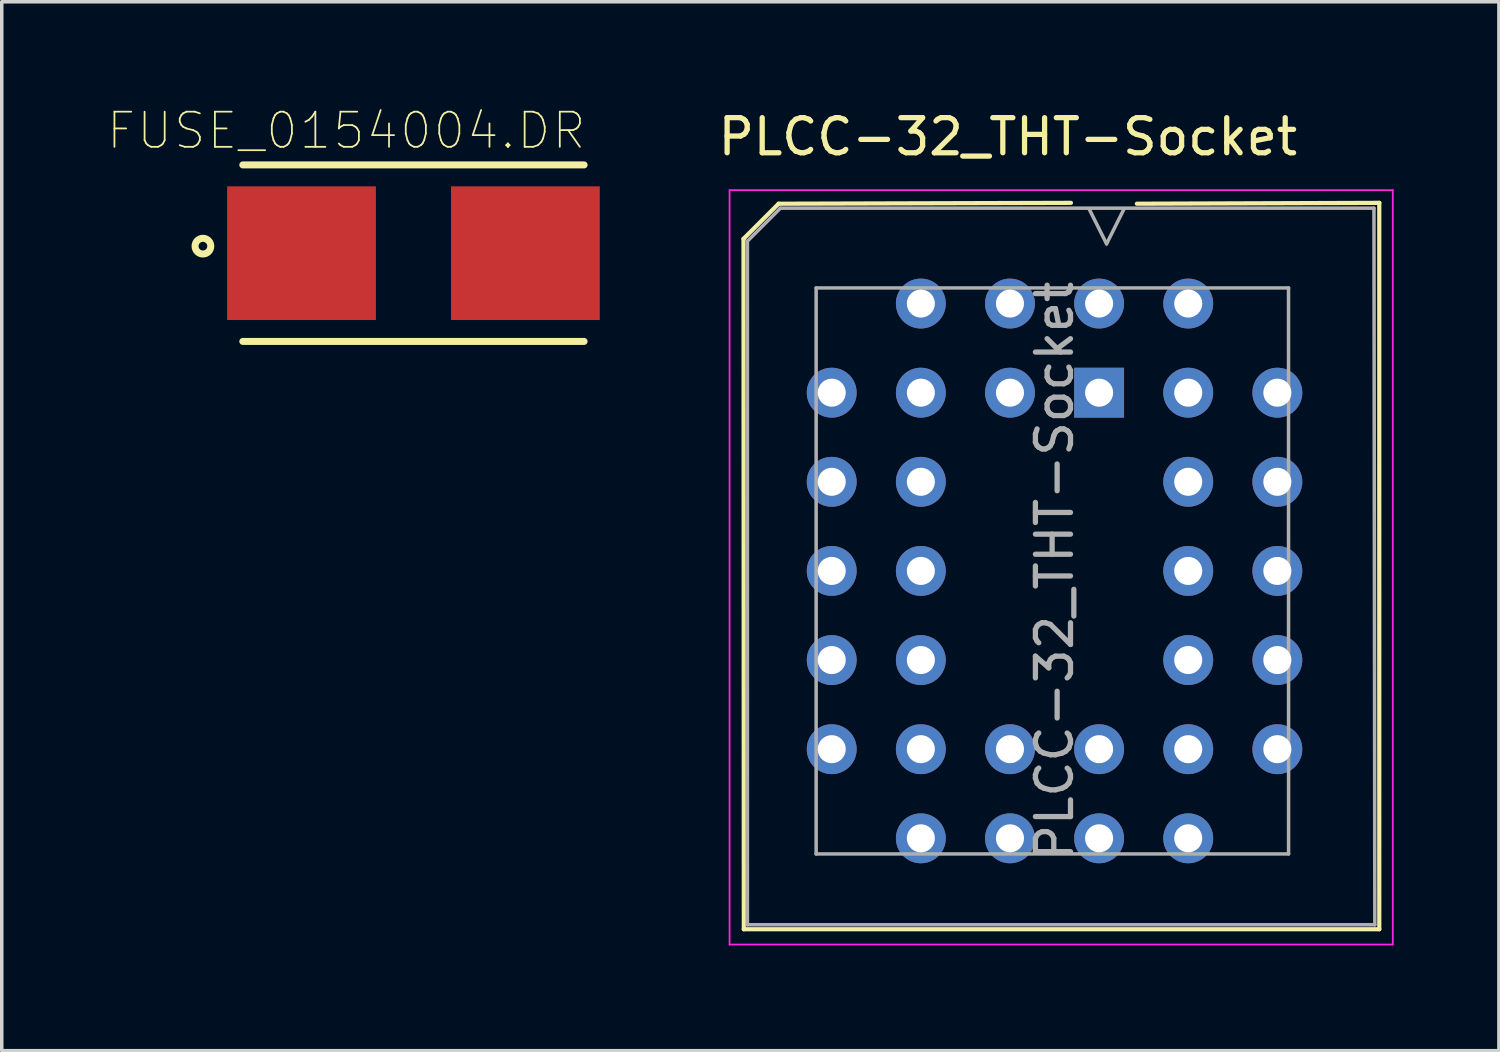
<source format=kicad_pcb>
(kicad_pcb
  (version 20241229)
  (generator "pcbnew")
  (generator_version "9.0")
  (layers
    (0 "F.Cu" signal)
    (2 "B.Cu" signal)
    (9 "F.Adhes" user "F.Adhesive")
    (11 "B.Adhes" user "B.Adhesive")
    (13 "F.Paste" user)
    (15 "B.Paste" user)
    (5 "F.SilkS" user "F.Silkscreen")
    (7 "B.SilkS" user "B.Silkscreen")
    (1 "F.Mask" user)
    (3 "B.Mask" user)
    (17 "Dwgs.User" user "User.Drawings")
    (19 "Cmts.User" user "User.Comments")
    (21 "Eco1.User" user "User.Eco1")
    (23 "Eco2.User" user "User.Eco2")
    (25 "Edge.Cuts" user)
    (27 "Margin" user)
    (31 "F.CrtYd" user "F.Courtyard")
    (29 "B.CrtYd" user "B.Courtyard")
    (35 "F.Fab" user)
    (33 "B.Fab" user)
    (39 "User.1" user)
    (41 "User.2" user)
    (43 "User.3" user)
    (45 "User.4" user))
  (footprint "FUSE_0154004.DR"
    (layer "F.Cu")
    (at 8.733 4.165)
    (property "Reference" "FUSE_0154004.DR" (at -1.913 -3.491 0) (layer "F.SilkS") (effects (font (size 1.002 1.002) (thickness 0.05))))
    (attr smd)
    (fp_line (start -4.863 -2.515) (end 4.863 -2.515) (stroke (width 0.2) (type solid)) (layer "F.SilkS"))
    (fp_line (start 4.863 2.515) (end -4.863 2.515) (stroke (width 0.2) (type solid)) (layer "F.SilkS"))
    (fp_circle (center -6 -0.2) (end -5.776 -0.2) (stroke (width 0.2) (type solid)) (fill no) (layer "F.SilkS"))
    (fp_line (start -5.55 -2.8) (end 5.55 -2.8) (stroke (width 0.05) (type solid)) (layer "Eco1.User"))
    (fp_line (start -5.55 2.8) (end -5.55 -2.8) (stroke (width 0.05) (type solid)) (layer "Eco1.User"))
    (fp_line (start 5.55 -2.8) (end 5.55 2.8) (stroke (width 0.05) (type solid)) (layer "Eco1.User"))
    (fp_line (start 5.55 2.8) (end -5.55 2.8) (stroke (width 0.05) (type solid)) (layer "Eco1.User"))
    (fp_line (start -4.863 2.515) (end -4.863 -2.515) (stroke (width 0.2) (type solid)) (layer "Eco2.User"))
    (fp_line (start 4.863 -2.515) (end 4.863 2.515) (stroke (width 0.2) (type solid)) (layer "Eco2.User"))
    (pad "1" smd rect (at -3.19 0) (size 4.24 3.81) (layers "F.Cu" "F.Mask" "F.Paste"))
    (pad "2" smd rect (at 3.19 0) (size 4.24 3.81) (layers "F.Cu" "F.Mask" "F.Paste")))
  (footprint "PLCC-32_THT-Socket"
    (layer "F.Cu")
    (at 26.942 8.468)
    (property "Reference" "PLCC-32_THT-Socket" (at -1.27 -7.62 180) (layer "F.SilkS") (effects (font (size 1 1) (thickness 0.15))))
    (attr through_hole)
    (fp_line (start -8.794 14.964) (end -8.803 -4.712) (stroke (width 0.12) (type solid)) (layer "F.SilkS"))
    (fp_line (start -7.803 -5.712) (end -8.803 -4.712) (stroke (width 0.12) (type solid)) (layer "F.SilkS"))
    (fp_line (start -7.803 -5.712) (end 0.528 -5.737) (stroke (width 0.12) (type solid)) (layer "F.SilkS"))
    (fp_line (start 2.408 -5.712) (end 9.316 -5.737) (stroke (width 0.12) (type solid)) (layer "F.SilkS"))
    (fp_line (start 9.316 -5.737) (end 9.316 14.964) (stroke (width 0.12) (type solid)) (layer "F.SilkS"))
    (fp_line (start 9.316 14.964) (end -8.794 14.964) (stroke (width 0.12) (type solid)) (layer "F.SilkS"))
    (fp_line (start -9.2 -6.1) (end -9.2 15.4) (stroke (width 0.05) (type solid)) (layer "F.CrtYd"))
    (fp_line (start -9.2 15.4) (end 9.7 15.4) (stroke (width 0.05) (type solid)) (layer "F.CrtYd"))
    (fp_line (start 9.7 -6.1) (end -9.2 -6.1) (stroke (width 0.05) (type solid)) (layer "F.CrtYd"))
    (fp_line (start 9.7 -6.1) (end 9.7 15.4) (stroke (width 0.05) (type solid)) (layer "F.CrtYd"))
    (fp_line (start -8.692 -4.645) (end -8.692 14.837) (stroke (width 0.1) (type solid)) (layer "F.Fab"))
    (fp_line (start -8.692 14.837) (end 9.189 14.837) (stroke (width 0.1) (type solid)) (layer "F.Fab"))
    (fp_line (start -7.752 -5.585) (end -8.692 -4.645) (stroke (width 0.1) (type solid)) (layer "F.Fab"))
    (fp_line (start -6.733 -3.312) (end -6.733 12.818) (stroke (width 0.1) (type solid)) (layer "F.Fab"))
    (fp_line (start -6.733 12.818) (end 6.731 12.818) (stroke (width 0.1) (type solid)) (layer "F.Fab"))
    (fp_line (start 1.044 -5.569) (end 1.544 -4.569) (stroke (width 0.1) (type solid)) (layer "F.Fab"))
    (fp_line (start 1.544 -4.569) (end 2.044 -5.569) (stroke (width 0.1) (type solid)) (layer "F.Fab"))
    (fp_line (start 6.731 -3.312) (end -6.733 -3.312) (stroke (width 0.1) (type solid)) (layer "F.Fab"))
    (fp_line (start 6.731 12.818) (end 6.729 -3.312) (stroke (width 0.1) (type solid)) (layer "F.Fab"))
    (fp_line (start 9.164 -5.585) (end -7.752 -5.585) (stroke (width 0.1) (type solid)) (layer "F.Fab"))
    (fp_line (start 9.189 14.837) (end 9.164 -5.585) (stroke (width 0.1) (type solid)) (layer "F.Fab"))
    (fp_text user "${REFERENCE}" (at 0.061 4.753 90) (layer "F.Fab") (effects (font (size 1 1) (thickness 0.15))))
    (pad "1" thru_hole rect (at 1.331 -0.327 90) (size 1.422 1.422) (drill 0.8) (layers "*.Cu" "*.Mask"))
    (pad "2" thru_hole circle (at -1.209 -2.867 90) (size 1.422 1.422) (drill 0.8) (layers "*.Cu" "*.Mask"))
    (pad "3" thru_hole circle (at -1.209 -0.327 90) (size 1.422 1.422) (drill 0.8) (layers "*.Cu" "*.Mask"))
    (pad "4" thru_hole circle (at -3.749 -2.867 90) (size 1.422 1.422) (drill 0.8) (layers "*.Cu" "*.Mask"))
    (pad "5" thru_hole circle (at -6.289 -0.327 90) (size 1.422 1.422) (drill 0.8) (layers "*.Cu" "*.Mask"))
    (pad "6" thru_hole circle (at -3.749 -0.327 90) (size 1.422 1.422) (drill 0.8) (layers "*.Cu" "*.Mask"))
    (pad "7" thru_hole circle (at -6.289 2.213 90) (size 1.422 1.422) (drill 0.8) (layers "*.Cu" "*.Mask"))
    (pad "8" thru_hole circle (at -3.749 2.213 90) (size 1.422 1.422) (drill 0.8) (layers "*.Cu" "*.Mask"))
    (pad "9" thru_hole circle (at -6.289 4.753 90) (size 1.422 1.422) (drill 0.8) (layers "*.Cu" "*.Mask"))
    (pad "10" thru_hole circle (at -3.749 4.753 90) (size 1.422 1.422) (drill 0.8) (layers "*.Cu" "*.Mask"))
    (pad "11" thru_hole circle (at -6.289 7.293 90) (size 1.422 1.422) (drill 0.8) (layers "*.Cu" "*.Mask"))
    (pad "12" thru_hole circle (at -3.749 7.293 90) (size 1.422 1.422) (drill 0.8) (layers "*.Cu" "*.Mask"))
    (pad "13" thru_hole circle (at -6.289 9.833 90) (size 1.422 1.422) (drill 0.8) (layers "*.Cu" "*.Mask"))
    (pad "14" thru_hole circle (at -3.749 12.373 90) (size 1.422 1.422) (drill 0.8) (layers "*.Cu" "*.Mask"))
    (pad "15" thru_hole circle (at -3.749 9.833 90) (size 1.422 1.422) (drill 0.8) (layers "*.Cu" "*.Mask"))
    (pad "16" thru_hole circle (at -1.209 12.373 90) (size 1.422 1.422) (drill 0.8) (layers "*.Cu" "*.Mask"))
    (pad "17" thru_hole circle (at -1.209 9.833 90) (size 1.422 1.422) (drill 0.8) (layers "*.Cu" "*.Mask"))
    (pad "18" thru_hole circle (at 1.331 12.373 90) (size 1.422 1.422) (drill 0.8) (layers "*.Cu" "*.Mask"))
    (pad "19" thru_hole circle (at 1.331 9.833 90) (size 1.422 1.422) (drill 0.8) (layers "*.Cu" "*.Mask"))
    (pad "20" thru_hole circle (at 3.871 12.373 90) (size 1.422 1.422) (drill 0.8) (layers "*.Cu" "*.Mask"))
    (pad "21" thru_hole circle (at 6.411 9.833 90) (size 1.422 1.422) (drill 0.8) (layers "*.Cu" "*.Mask"))
    (pad "22" thru_hole circle (at 3.871 9.833 90) (size 1.422 1.422) (drill 0.8) (layers "*.Cu" "*.Mask"))
    (pad "23" thru_hole circle (at 6.411 7.293 90) (size 1.422 1.422) (drill 0.8) (layers "*.Cu" "*.Mask"))
    (pad "24" thru_hole circle (at 3.871 7.293 90) (size 1.422 1.422) (drill 0.8) (layers "*.Cu" "*.Mask"))
    (pad "25" thru_hole circle (at 6.411 4.753 90) (size 1.422 1.422) (drill 0.8) (layers "*.Cu" "*.Mask"))
    (pad "26" thru_hole circle (at 3.871 4.753 90) (size 1.422 1.422) (drill 0.8) (layers "*.Cu" "*.Mask"))
    (pad "27" thru_hole circle (at 6.411 2.213 90) (size 1.422 1.422) (drill 0.8) (layers "*.Cu" "*.Mask"))
    (pad "28" thru_hole circle (at 3.871 2.213 90) (size 1.422 1.422) (drill 0.8) (layers "*.Cu" "*.Mask"))
    (pad "29" thru_hole circle (at 6.411 -0.327 90) (size 1.422 1.422) (drill 0.8) (layers "*.Cu" "*.Mask"))
    (pad "30" thru_hole circle (at 3.871 -2.867 90) (size 1.422 1.422) (drill 0.8) (layers "*.Cu" "*.Mask"))
    (pad "31" thru_hole circle (at 3.871 -0.327 90) (size 1.422 1.422) (drill 0.8) (layers "*.Cu" "*.Mask"))
    (pad "32" thru_hole circle (at 1.331 -2.867 90) (size 1.422 1.422) (drill 0.8) (layers "*.Cu" "*.Mask")))
  (gr_rect
    (start -3 -3)
    (end 39.667 26.893)
    (stroke (width 0.1) (type default))
    (fill no)
    (layer "Edge.Cuts")))
</source>
